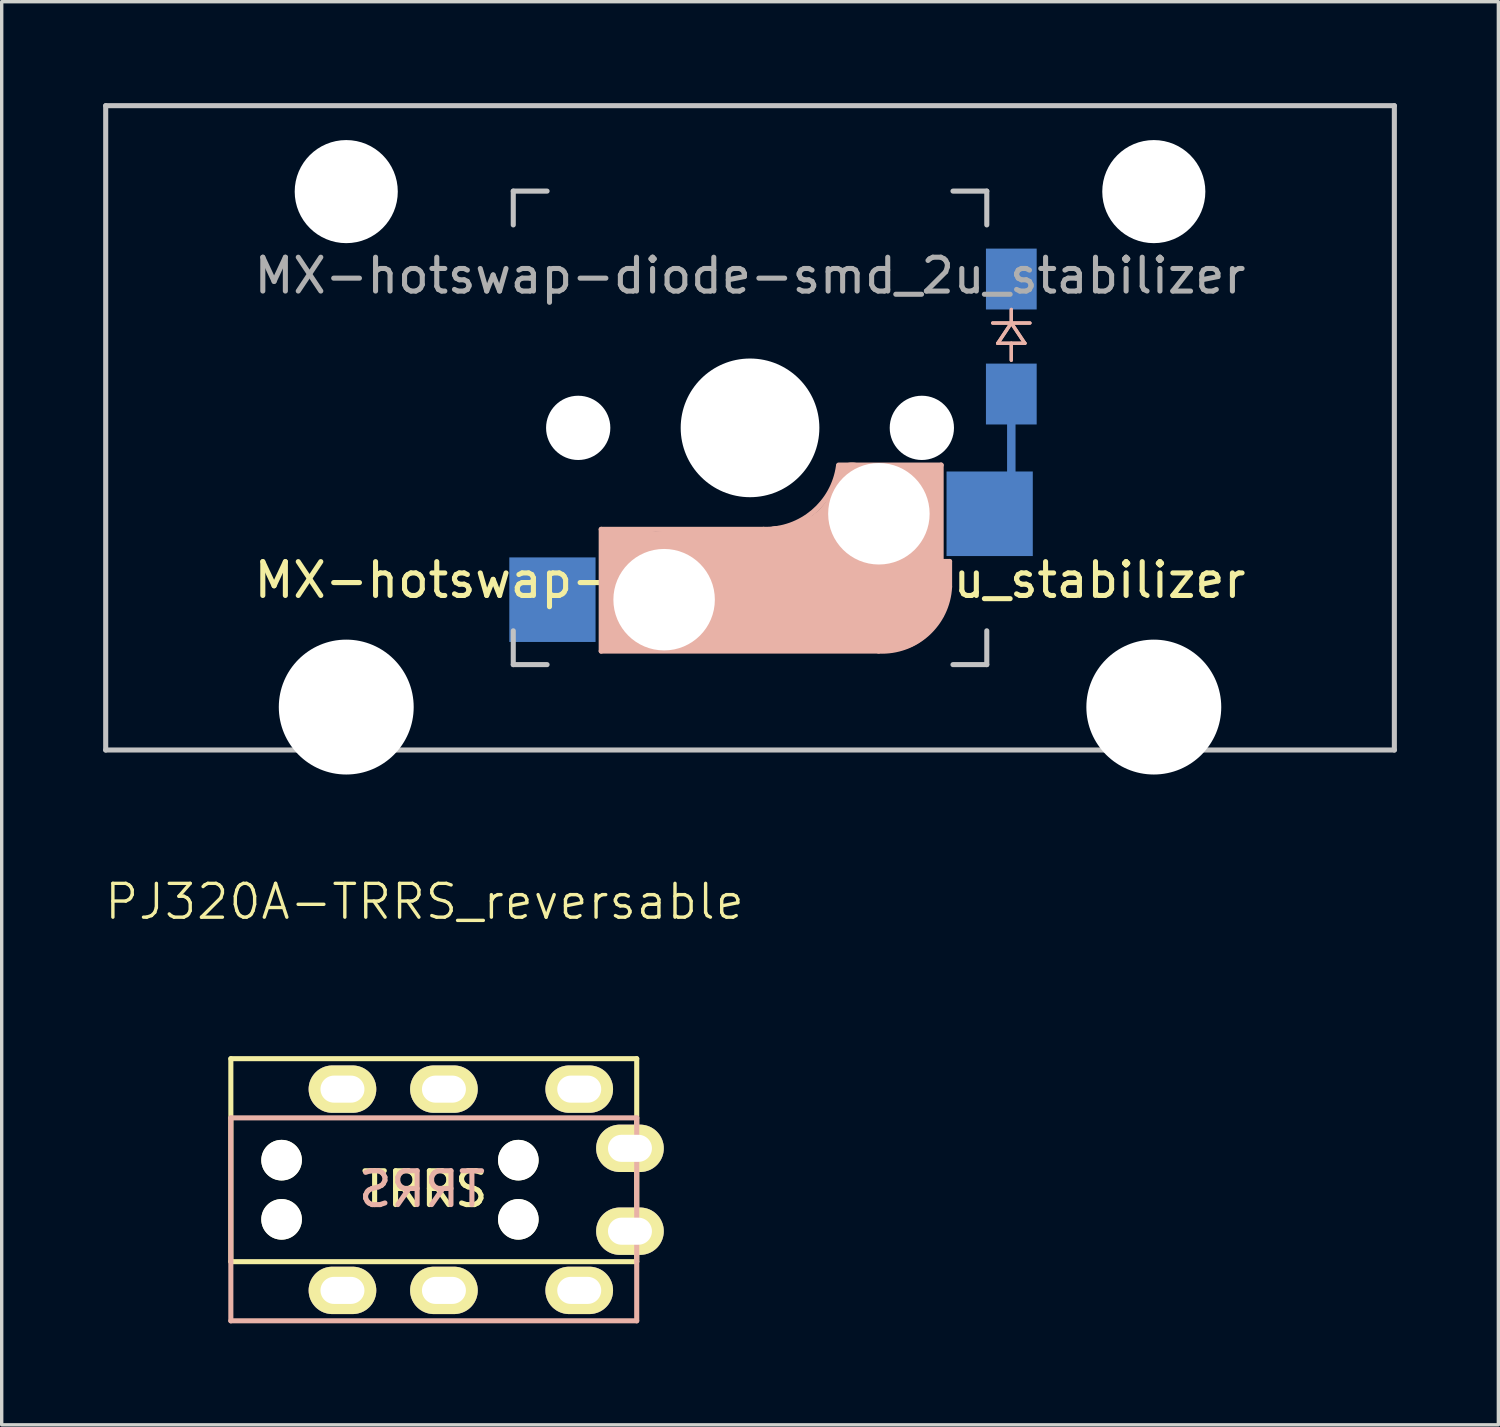
<source format=kicad_pcb>
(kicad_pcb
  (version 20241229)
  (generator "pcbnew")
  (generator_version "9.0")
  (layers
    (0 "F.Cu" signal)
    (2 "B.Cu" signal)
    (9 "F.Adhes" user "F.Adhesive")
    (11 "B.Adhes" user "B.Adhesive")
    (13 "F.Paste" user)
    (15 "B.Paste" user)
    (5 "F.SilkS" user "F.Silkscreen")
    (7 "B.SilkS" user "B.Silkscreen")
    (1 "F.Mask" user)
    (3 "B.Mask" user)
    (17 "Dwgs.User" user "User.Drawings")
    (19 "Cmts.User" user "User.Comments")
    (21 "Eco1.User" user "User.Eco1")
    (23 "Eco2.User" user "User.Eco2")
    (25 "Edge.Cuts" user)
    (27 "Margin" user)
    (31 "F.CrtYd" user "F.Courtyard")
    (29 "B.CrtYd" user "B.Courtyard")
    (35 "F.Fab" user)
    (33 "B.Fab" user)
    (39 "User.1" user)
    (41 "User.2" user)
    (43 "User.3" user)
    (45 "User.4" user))
  (footprint "MX-hotswap-diode-smd_2u_stabilizer"
    (layer "F.Cu")
    (at 19.125 9.6)
    (property "Reference" "MX-hotswap-diode-smd_2u_stabilizer" (at 0 4.5 0) (unlocked yes) (layer "F.SilkS") (effects (font (size 1 1) (thickness 0.15))))
    (attr smd)
    (fp_line (start -4.4 3) (end -4.4 6.6) (stroke (width 0.15) (type solid)) (layer "B.SilkS"))
    (fp_line (start -4.4 6.6) (end 3.8 6.6) (stroke (width 0.15) (type solid)) (layer "B.SilkS"))
    (fp_line (start -4.38 4) (end -4.38 6.25) (stroke (width 0.15) (type solid)) (layer "B.SilkS"))
    (fp_line (start -4.25 6.4) (end -3 6.4) (stroke (width 0.4) (type solid)) (layer "B.SilkS"))
    (fp_line (start -4.2 3.25) (end -2.9 3.3) (stroke (width 0.5) (type solid)) (layer "B.SilkS"))
    (fp_line (start -3.9 6) (end -3.9 3.5) (stroke (width 1) (type solid)) (layer "B.SilkS"))
    (fp_line (start -2.6 4.8) (end 4.1 4.8) (stroke (width 3.5) (type solid)) (layer "B.SilkS"))
    (fp_line (start 0.4 3) (end -4.4 3) (stroke (width 0.15) (type solid)) (layer "B.SilkS"))
    (fp_line (start 4.17 5.1) (end 4.17 2.86) (stroke (width 3) (type solid)) (layer "B.SilkS"))
    (fp_line (start 5.3 1.6) (end 5.3 3.4) (stroke (width 0.8) (type solid)) (layer "B.SilkS"))
    (fp_line (start 5.45 1.3) (end 3 1.3) (stroke (width 0.5) (type solid)) (layer "B.SilkS"))
    (fp_line (start 5.65 1.1) (end 2.62 1.1) (stroke (width 0.15) (type solid)) (layer "B.SilkS"))
    (fp_line (start 5.65 5.55) (end 5.65 1.1) (stroke (width 0.15) (type solid)) (layer "B.SilkS"))
    (fp_line (start 5.8 4.05) (end 5.8 4.7) (stroke (width 0.3) (type solid)) (layer "B.SilkS"))
    (fp_line (start 5.9 3.95) (end 5.7 3.95) (stroke (width 0.15) (type solid)) (layer "B.SilkS"))
    (fp_line (start 5.9 4.7) (end 5.9 3.95) (stroke (width 0.15) (type solid)) (layer "B.SilkS"))
    (fp_line (start 7.325 -2.5) (end 7.725 -3.1) (stroke (width 0.1) (type solid)) (layer "B.SilkS"))
    (fp_line (start 7.325 -2.5) (end 7.725 -3.1) (stroke (width 0.1) (type solid)) (layer "B.SilkS"))
    (fp_line (start 7.725 -3.5) (end 7.725 -3.1) (stroke (width 0.1) (type solid)) (layer "B.SilkS"))
    (fp_line (start 7.725 -3.5) (end 7.725 -3.1) (stroke (width 0.1) (type solid)) (layer "B.SilkS"))
    (fp_line (start 7.725 -3.1) (end 7.175 -3.1) (stroke (width 0.1) (type solid)) (layer "B.SilkS"))
    (fp_line (start 7.725 -3.1) (end 7.175 -3.1) (stroke (width 0.1) (type solid)) (layer "B.SilkS"))
    (fp_line (start 7.725 -3.1) (end 8.125 -2.5) (stroke (width 0.1) (type solid)) (layer "B.SilkS"))
    (fp_line (start 7.725 -3.1) (end 8.125 -2.5) (stroke (width 0.1) (type solid)) (layer "B.SilkS"))
    (fp_line (start 7.725 -3.1) (end 8.275 -3.1) (stroke (width 0.1) (type solid)) (layer "B.SilkS"))
    (fp_line (start 7.725 -3.1) (end 8.275 -3.1) (stroke (width 0.1) (type solid)) (layer "B.SilkS"))
    (fp_line (start 7.725 -2.5) (end 7.725 -2) (stroke (width 0.1) (type solid)) (layer "B.SilkS"))
    (fp_line (start 7.725 -2.5) (end 7.725 -2) (stroke (width 0.1) (type solid)) (layer "B.SilkS"))
    (fp_line (start 8.125 -2.5) (end 7.325 -2.5) (stroke (width 0.1) (type solid)) (layer "B.SilkS"))
    (fp_line (start 8.125 -2.5) (end 7.325 -2.5) (stroke (width 0.1) (type solid)) (layer "B.SilkS"))
    (fp_arc (start 2.616318 1.121471) (mid 1.868709 2.486118) (end 0.4 3) (stroke (width 0.15) (type solid)) (layer "B.SilkS"))
    (fp_arc (start 3.016318 1.521471) (mid 2.268709 2.886118) (end 0.8 3.4) (stroke (width 1) (type solid)) (layer "B.SilkS"))
    (fp_arc (start 5.9 4.699999) (mid 5.243504 6.084924) (end 3.800001 6.6) (stroke (width 0.15) (type solid)) (layer "B.SilkS"))
    (fp_line (start -19.05 -9.525) (end 19.05 -9.525) (stroke (width 0.15) (type solid)) (layer "Dwgs.User"))
    (fp_line (start -19.05 9.525) (end -19.05 -9.525) (stroke (width 0.15) (type solid)) (layer "Dwgs.User"))
    (fp_line (start -7 -7) (end -7 -6) (stroke (width 0.15) (type solid)) (layer "Dwgs.User"))
    (fp_line (start -7 7) (end -7 6) (stroke (width 0.15) (type solid)) (layer "Dwgs.User"))
    (fp_line (start -7 7) (end -6 7) (stroke (width 0.15) (type solid)) (layer "Dwgs.User"))
    (fp_line (start -6 -7) (end -7 -7) (stroke (width 0.15) (type solid)) (layer "Dwgs.User"))
    (fp_line (start 7 -7) (end 6 -7) (stroke (width 0.15) (type solid)) (layer "Dwgs.User"))
    (fp_line (start 7 -6) (end 7 -7) (stroke (width 0.15) (type solid)) (layer "Dwgs.User"))
    (fp_line (start 7 6) (end 7 7) (stroke (width 0.15) (type solid)) (layer "Dwgs.User"))
    (fp_line (start 7 7) (end 6 7) (stroke (width 0.15) (type solid)) (layer "Dwgs.User"))
    (fp_line (start 19.05 -9.525) (end 19.05 9.525) (stroke (width 0.15) (type solid)) (layer "Dwgs.User"))
    (fp_line (start 19.05 9.525) (end -19.05 9.525) (stroke (width 0.15) (type solid)) (layer "Dwgs.User"))
    (fp_text user "${REFERENCE}" (at 0 -4.5 0) (unlocked yes) (layer "F.Fab") (effects (font (size 1 1) (thickness 0.15))))
    (pad "" np_thru_hole circle (at -11.938 -6.985 180) (size 3.048 3.048) (drill 3.048) (layers "*.Cu" "*.Mask"))
    (pad "" np_thru_hole circle (at -11.938 8.255 180) (size 3.988 3.988) (drill 3.988) (layers "*.Cu" "*.Mask"))
    (pad "" np_thru_hole circle (at -5.08 0 180) (size 1.9 1.9) (drill 1.9) (layers "*.Cu" "*.Mask"))
    (pad "" np_thru_hole circle (at -2.54 5.08 180) (size 3 3) (drill 3) (layers "*.Cu" "*.Mask"))
    (pad "" np_thru_hole circle (at 0 0 270) (size 4.1 4.1) (drill 4.1) (layers "*.Cu" "*.Mask"))
    (pad "" np_thru_hole circle (at 3.81 2.54 180) (size 3 3) (drill 3) (layers "*.Cu" "*.Mask"))
    (pad "" np_thru_hole circle (at 5.08 0 180) (size 1.9 1.9) (drill 1.9) (layers "*.Cu" "*.Mask"))
    (pad "" np_thru_hole circle (at 11.938 -6.985 180) (size 3.048 3.048) (drill 3.048) (layers "*.Cu" "*.Mask"))
    (pad "" np_thru_hole circle (at 11.938 8.255 180) (size 3.988 3.988) (drill 3.988) (layers "*.Cu" "*.Mask"))
    (pad "1" smd rect (at -5.842 5.08) (size 2.55 2.5) (layers "B.Cu" "B.Mask" "B.Paste"))
    (pad "2" smd rect (at 7.725 -4.4 270) (size 1.8 1.5) (layers "B.Cu" "B.Mask" "B.Paste"))
    (pad "3" smd rect (at 7.085 2.54) (size 2.55 2.5) (layers "B.Cu" "B.Mask" "B.Paste"))
    (pad "3" smd rect (at 7.725 -1 270) (size 1.8 1.5) (layers "B.Cu" "B.Mask" "B.Paste"))
    (pad "3" smd rect (at 7.725 0.6 180) (size 0.25 1.8) (layers "B.Cu")))
  (footprint "PJ320A-TRRS_reversable"
    (layer "F.Cu")
    (at 9.502 32.109)
    (property "Reference" "PJ320A-TRRS_reversable" (at 0 -8.5 0) (unlocked yes) (layer "F.SilkS") (effects (font (size 1 1) (thickness 0.1))))
    (attr smd)
    (fp_line (start -5.727 -3.858) (end 6.273 -3.858) (stroke (width 0.15) (type solid)) (layer "F.SilkS"))
    (fp_line (start -5.727 2.142) (end -5.727 -3.858) (stroke (width 0.15) (type solid)) (layer "F.SilkS"))
    (fp_line (start 6.273 -3.858) (end 6.273 2.142) (stroke (width 0.15) (type solid)) (layer "F.SilkS"))
    (fp_line (start 6.273 2.142) (end -5.727 2.142) (stroke (width 0.15) (type solid)) (layer "F.SilkS"))
    (fp_line (start -5.727 -2.108) (end 6.273 -2.108) (stroke (width 0.15) (type solid)) (layer "B.SilkS"))
    (fp_line (start -5.727 3.892) (end -5.727 -2.108) (stroke (width 0.15) (type solid)) (layer "B.SilkS"))
    (fp_line (start 6.273 -2.108) (end 6.273 3.892) (stroke (width 0.15) (type solid)) (layer "B.SilkS"))
    (fp_line (start 6.273 3.892) (end -5.727 3.892) (stroke (width 0.15) (type solid)) (layer "B.SilkS"))
    (fp_text user "TRRS" (at 0 0 180) (layer "F.SilkS") (effects (font (size 1 1) (thickness 0.15))))
    (fp_text user "TRRS" (at -0.076 0 180) (layer "B.SilkS") (effects (font (size 1 1) (thickness 0.15)) (justify mirror)))
    (pad "" np_thru_hole circle (at -4.227 -0.858 90) (size 1.2 1.2) (drill 1.2) (layers "*.Cu" "*.Mask" "F.SilkS"))
    (pad "" np_thru_hole circle (at -4.227 0.892 90) (size 1.2 1.2) (drill 1.2) (layers "*.Cu" "*.Mask" "F.SilkS"))
    (pad "" np_thru_hole circle (at 2.773 -0.858 90) (size 1.2 1.2) (drill 1.2) (layers "*.Cu" "*.Mask" "F.SilkS"))
    (pad "" np_thru_hole circle (at 2.773 0.892 90) (size 1.2 1.2) (drill 1.2) (layers "*.Cu" "*.Mask" "F.SilkS"))
    (pad "1" thru_hole oval (at 4.573 -2.958 90) (size 1.4 2) (drill oval 0.8 1.3) (layers "*.Cu" "*.Mask" "F.SilkS"))
    (pad "1" thru_hole oval (at 4.573 2.992 90) (size 1.4 2) (drill oval 0.8 1.3) (layers "*.Cu" "*.Mask" "F.SilkS"))
    (pad "2" thru_hole oval (at -2.427 2.992 90) (size 1.4 2) (drill oval 0.8 1.3) (layers "*.Cu" "*.Mask" "F.SilkS"))
    (pad "2" thru_hole oval (at 0.573 -2.958 90) (size 1.4 2) (drill oval 0.8 1.3) (layers "*.Cu" "*.Mask" "F.SilkS"))
    (pad "3" thru_hole oval (at -2.427 -2.958 90) (size 1.4 2) (drill oval 0.8 1.3) (layers "*.Cu" "*.Mask" "F.SilkS"))
    (pad "3" thru_hole oval (at 0.573 2.992 90) (size 1.4 2) (drill oval 0.8 1.3) (layers "*.Cu" "*.Mask" "F.SilkS"))
    (pad "4" thru_hole oval (at 6.073 -1.208 90) (size 1.4 2) (drill oval 0.8 1.3) (layers "*.Cu" "*.Mask" "F.SilkS"))
    (pad "4" thru_hole oval (at 6.073 1.242 90) (size 1.4 2) (drill oval 0.8 1.3) (layers "*.Cu" "*.Mask" "F.SilkS")))
  (gr_rect
    (start -3 -3)
    (end 41.25 39.076)
    (stroke (width 0.1) (type default))
    (fill no)
    (layer "Edge.Cuts")))
</source>
